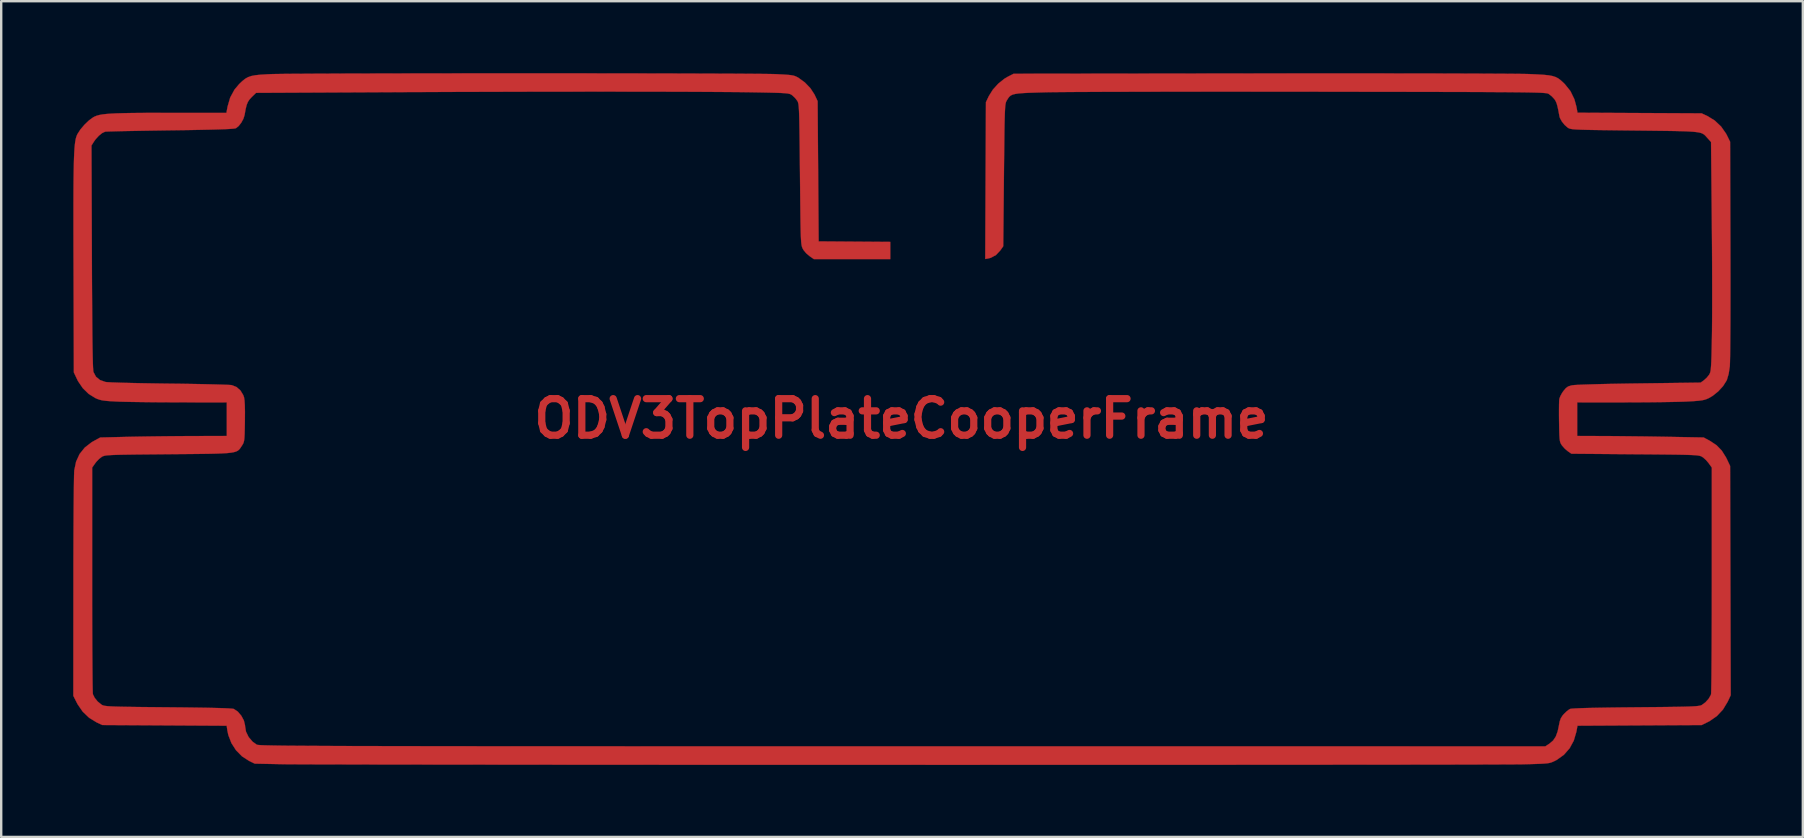
<source format=kicad_pcb>
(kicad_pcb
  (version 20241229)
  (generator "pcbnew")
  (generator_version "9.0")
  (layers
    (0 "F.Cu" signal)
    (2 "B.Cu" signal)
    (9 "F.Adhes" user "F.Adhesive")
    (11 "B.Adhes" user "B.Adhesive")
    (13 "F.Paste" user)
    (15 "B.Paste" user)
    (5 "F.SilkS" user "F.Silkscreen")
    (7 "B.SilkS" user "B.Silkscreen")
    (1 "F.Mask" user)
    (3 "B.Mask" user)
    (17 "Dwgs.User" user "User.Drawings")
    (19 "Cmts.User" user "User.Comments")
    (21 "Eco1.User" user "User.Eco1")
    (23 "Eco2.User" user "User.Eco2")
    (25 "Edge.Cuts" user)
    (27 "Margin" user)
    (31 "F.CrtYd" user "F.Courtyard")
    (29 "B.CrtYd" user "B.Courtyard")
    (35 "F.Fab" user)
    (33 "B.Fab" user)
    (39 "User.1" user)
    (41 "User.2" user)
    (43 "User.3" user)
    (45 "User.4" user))
  (footprint "ODV3TopPlateCooperFrame"
    (layer "F.Cu")
    (at 34.507 14.393)
    (property "Reference" "ODV3TopPlateCooperFrame" (at 0 0 0) (layer "F.Cu") (effects (font (size 1.524 1.524) (thickness 0.3))))
    (attr through_hole)
    (fp_poly (pts (xy -14.87 -14.388) (xy -14.036 -14.387) (xy -13.212 -14.387) (xy -12.402 -14.386) (xy -11.612 -14.385) (xy -10.845 -14.384) (xy -10.106 -14.383) (xy -9.401 -14.381) (xy -8.734 -14.379) (xy -8.11 -14.377) (xy -7.532 -14.375) (xy -7.007 -14.373) (xy -6.539 -14.37) (xy -6.132 -14.367) (xy -5.791 -14.364) (xy -5.522 -14.361) (xy -5.327 -14.357) (xy -5.219 -14.354) (xy -4.952 -14.34) (xy -4.753 -14.327) (xy -4.609 -14.313) (xy -4.503 -14.294) (xy -4.421 -14.268) (xy -4.347 -14.233) (xy -4.291 -14.202) (xy -4.026 -14.009) (xy -3.795 -13.769) (xy -3.623 -13.506) (xy -3.606 -13.47) (xy -3.493 -13.229) (xy -3.45 -7.387) (xy -0.466 -7.365) (xy -0.466 -6.646) (xy -3.647 -6.646) (xy -3.834 -6.776) (xy -3.97 -6.892) (xy -4.083 -7.03) (xy -4.111 -7.079) (xy -4.128 -7.115) (xy -4.143 -7.154) (xy -4.156 -7.202) (xy -4.167 -7.266) (xy -4.177 -7.353) (xy -4.185 -7.467) (xy -4.192 -7.616) (xy -4.198 -7.805) (xy -4.203 -8.042) (xy -4.208 -8.331) (xy -4.212 -8.68) (xy -4.217 -9.095) (xy -4.222 -9.581) (xy -4.228 -10.145) (xy -4.228 -10.178) (xy -4.234 -10.747) (xy -4.239 -11.239) (xy -4.244 -11.657) (xy -4.249 -12.01) (xy -4.254 -12.303) (xy -4.259 -12.541) (xy -4.265 -12.732) (xy -4.272 -12.882) (xy -4.28 -12.996) (xy -4.289 -13.08) (xy -4.3 -13.141) (xy -4.313 -13.186) (xy -4.327 -13.219) (xy -4.337 -13.238) (xy -4.43 -13.359) (xy -4.544 -13.467) (xy -4.548 -13.47) (xy -4.587 -13.498) (xy -4.629 -13.52) (xy -4.684 -13.537) (xy -4.761 -13.551) (xy -4.871 -13.561) (xy -5.023 -13.57) (xy -5.226 -13.577) (xy -5.491 -13.584) (xy -5.826 -13.591) (xy -5.99 -13.594) (xy -6.338 -13.6) (xy -6.765 -13.606) (xy -7.269 -13.61) (xy -7.843 -13.614) (xy -8.484 -13.618) (xy -9.188 -13.621) (xy -9.949 -13.623) (xy -10.764 -13.624) (xy -11.627 -13.625) (xy -12.534 -13.626) (xy -13.481 -13.625) (xy -14.464 -13.624) (xy -15.477 -13.623) (xy -16.517 -13.62) (xy -17.578 -13.617) (xy -18.657 -13.614) (xy -19.749 -13.609) (xy -20.849 -13.605) (xy -21.138 -13.603) (xy -26.888 -13.575) (xy -27.07 -13.399) (xy -27.162 -13.299) (xy -27.23 -13.196) (xy -27.281 -13.069) (xy -27.323 -12.899) (xy -27.365 -12.665) (xy -27.366 -12.655) (xy -27.416 -12.496) (xy -27.505 -12.331) (xy -27.615 -12.191) (xy -27.725 -12.103) (xy -27.772 -12.091) (xy -27.864 -12.08) (xy -28.006 -12.07) (xy -28.203 -12.061) (xy -28.458 -12.052) (xy -28.778 -12.043) (xy -29.166 -12.035) (xy -29.627 -12.026) (xy -30.166 -12.018) (xy -30.459 -12.014) (xy -30.925 -12.007) (xy -31.367 -12) (xy -31.779 -11.993) (xy -32.151 -11.986) (xy -32.478 -11.98) (xy -32.751 -11.973) (xy -32.963 -11.967) (xy -33.106 -11.962) (xy -33.173 -11.958) (xy -33.175 -11.958) (xy -33.3 -11.9) (xy -33.44 -11.787) (xy -33.575 -11.639) (xy -33.641 -11.546) (xy -33.746 -11.38) (xy -33.729 -6.738) (xy -33.726 -5.943) (xy -33.722 -5.231) (xy -33.718 -4.597) (xy -33.714 -4.039) (xy -33.71 -3.554) (xy -33.705 -3.139) (xy -33.699 -2.791) (xy -33.693 -2.506) (xy -33.687 -2.283) (xy -33.68 -2.117) (xy -33.672 -2.007) (xy -33.664 -1.949) (xy -33.663 -1.945) (xy -33.558 -1.748) (xy -33.392 -1.61) (xy -33.166 -1.531) (xy -33.145 -1.527) (xy -33.06 -1.52) (xy -32.899 -1.511) (xy -32.67 -1.503) (xy -32.383 -1.494) (xy -32.044 -1.486) (xy -31.664 -1.478) (xy -31.249 -1.471) (xy -30.81 -1.464) (xy -30.501 -1.46) (xy -30.051 -1.455) (xy -29.621 -1.448) (xy -29.221 -1.441) (xy -28.857 -1.433) (xy -28.54 -1.425) (xy -28.276 -1.417) (xy -28.075 -1.41) (xy -27.944 -1.402) (xy -27.899 -1.397) (xy -27.705 -1.32) (xy -27.54 -1.176) (xy -27.422 -0.982) (xy -27.389 -0.887) (xy -27.371 -0.765) (xy -27.358 -0.566) (xy -27.352 -0.297) (xy -27.354 0.037) (xy -27.355 0.125) (xy -27.36 0.41) (xy -27.365 0.625) (xy -27.373 0.781) (xy -27.384 0.892) (xy -27.401 0.973) (xy -27.425 1.036) (xy -27.459 1.095) (xy -27.488 1.139) (xy -27.528 1.201) (xy -27.566 1.255) (xy -27.608 1.3) (xy -27.659 1.339) (xy -27.727 1.37) (xy -27.817 1.396) (xy -27.936 1.417) (xy -28.091 1.433) (xy -28.287 1.445) (xy -28.531 1.455) (xy -28.83 1.462) (xy -29.189 1.467) (xy -29.616 1.472) (xy -30.116 1.476) (xy -30.544 1.48) (xy -31.08 1.485) (xy -31.539 1.489) (xy -31.926 1.493) (xy -32.249 1.498) (xy -32.513 1.502) (xy -32.725 1.508) (xy -32.891 1.514) (xy -33.019 1.522) (xy -33.115 1.53) (xy -33.186 1.541) (xy -33.237 1.554) (xy -33.276 1.568) (xy -33.309 1.585) (xy -33.316 1.59) (xy -33.43 1.678) (xy -33.548 1.801) (xy -33.591 1.858) (xy -33.718 2.039) (xy -33.718 6.703) (xy -33.718 7.326) (xy -33.717 7.927) (xy -33.716 8.5) (xy -33.714 9.039) (xy -33.712 9.54) (xy -33.709 9.995) (xy -33.706 10.4) (xy -33.703 10.749) (xy -33.7 11.037) (xy -33.696 11.258) (xy -33.692 11.406) (xy -33.687 11.476) (xy -33.687 11.48) (xy -33.613 11.629) (xy -33.489 11.782) (xy -33.34 11.905) (xy -33.301 11.929) (xy -33.267 11.944) (xy -33.222 11.957) (xy -33.157 11.968) (xy -33.067 11.978) (xy -32.946 11.986) (xy -32.786 11.993) (xy -32.582 11.999) (xy -32.327 12.004) (xy -32.014 12.009) (xy -31.638 12.014) (xy -31.191 12.018) (xy -30.667 12.023) (xy -30.544 12.024) (xy -29.921 12.03) (xy -29.381 12.037) (xy -28.924 12.044) (xy -28.546 12.053) (xy -28.248 12.061) (xy -28.028 12.071) (xy -27.884 12.082) (xy -27.815 12.093) (xy -27.813 12.094) (xy -27.648 12.206) (xy -27.504 12.375) (xy -27.398 12.572) (xy -27.349 12.769) (xy -27.347 12.805) (xy -27.308 13.04) (xy -27.198 13.265) (xy -27.032 13.459) (xy -26.86 13.581) (xy -26.848 13.585) (xy -26.825 13.59) (xy -26.791 13.594) (xy -26.744 13.598) (xy -26.681 13.602) (xy -26.6 13.606) (xy -26.501 13.609) (xy -26.38 13.612) (xy -26.237 13.615) (xy -26.068 13.618) (xy -25.872 13.621) (xy -25.648 13.624) (xy -25.393 13.626) (xy -25.105 13.628) (xy -24.782 13.63) (xy -24.422 13.632) (xy -24.025 13.634) (xy -23.586 13.636) (xy -23.106 13.638) (xy -22.581 13.639) (xy -22.009 13.64) (xy -21.39 13.642) (xy -20.72 13.643) (xy -19.999 13.644) (xy -19.223 13.645) (xy -18.392 13.646) (xy -17.503 13.647) (xy -16.554 13.647) (xy -15.543 13.648) (xy -14.469 13.648) (xy -13.329 13.649) (xy -12.122 13.649) (xy -10.845 13.65) (xy -9.497 13.65) (xy -8.076 13.65) (xy -6.58 13.65) (xy -5.006 13.651) (xy -3.354 13.651) (xy -1.62 13.651) (xy 0.045 13.651) (xy 26.824 13.652) (xy 27 13.536) (xy 27.149 13.409) (xy 27.259 13.245) (xy 27.339 13.026) (xy 27.389 12.79) (xy 27.426 12.609) (xy 27.471 12.481) (xy 27.539 12.374) (xy 27.594 12.309) (xy 27.702 12.203) (xy 27.808 12.12) (xy 27.854 12.094) (xy 27.919 12.082) (xy 28.061 12.072) (xy 28.282 12.062) (xy 28.581 12.053) (xy 28.96 12.045) (xy 29.421 12.037) (xy 29.964 12.03) (xy 30.586 12.024) (xy 31.127 12.019) (xy 31.59 12.015) (xy 31.981 12.01) (xy 32.307 12.005) (xy 32.574 12) (xy 32.789 11.994) (xy 32.957 11.987) (xy 33.086 11.979) (xy 33.182 11.97) (xy 33.252 11.959) (xy 33.301 11.947) (xy 33.337 11.932) (xy 33.343 11.929) (xy 33.494 11.818) (xy 33.628 11.67) (xy 33.717 11.516) (xy 33.729 11.48) (xy 33.733 11.423) (xy 33.737 11.287) (xy 33.741 11.078) (xy 33.745 10.8) (xy 33.748 10.461) (xy 33.751 10.064) (xy 33.754 9.617) (xy 33.756 9.123) (xy 33.758 8.59) (xy 33.76 8.022) (xy 33.76 7.425) (xy 33.761 6.805) (xy 33.761 6.703) (xy 33.761 2.039) (xy 33.633 1.858) (xy 33.527 1.731) (xy 33.406 1.622) (xy 33.358 1.59) (xy 33.326 1.572) (xy 33.289 1.557) (xy 33.241 1.544) (xy 33.176 1.533) (xy 33.087 1.524) (xy 32.968 1.516) (xy 32.811 1.51) (xy 32.611 1.504) (xy 32.361 1.499) (xy 32.054 1.495) (xy 31.684 1.491) (xy 31.244 1.487) (xy 30.729 1.483) (xy 30.562 1.482) (xy 27.913 1.46) (xy 27.764 1.358) (xy 27.638 1.252) (xy 27.525 1.124) (xy 27.513 1.108) (xy 27.478 1.053) (xy 27.451 0.996) (xy 27.432 0.924) (xy 27.419 0.825) (xy 27.41 0.684) (xy 27.404 0.489) (xy 27.399 0.226) (xy 27.397 0.133) (xy 27.394 -0.132) (xy 27.394 -0.376) (xy 27.396 -0.584) (xy 27.401 -0.739) (xy 27.408 -0.826) (xy 27.409 -0.828) (xy 27.449 -0.939) (xy 27.525 -1.076) (xy 27.581 -1.156) (xy 27.681 -1.274) (xy 27.775 -1.342) (xy 27.901 -1.382) (xy 27.95 -1.392) (xy 28.034 -1.401) (xy 28.195 -1.41) (xy 28.425 -1.42) (xy 28.716 -1.429) (xy 29.062 -1.439) (xy 29.454 -1.448) (xy 29.885 -1.456) (xy 30.346 -1.464) (xy 30.734 -1.469) (xy 33.295 -1.503) (xy 33.43 -1.599) (xy 33.547 -1.704) (xy 33.646 -1.827) (xy 33.65 -1.834) (xy 33.674 -1.877) (xy 33.693 -1.927) (xy 33.709 -1.995) (xy 33.721 -2.089) (xy 33.731 -2.219) (xy 33.74 -2.394) (xy 33.748 -2.624) (xy 33.755 -2.918) (xy 33.763 -3.285) (xy 33.765 -3.368) (xy 33.769 -3.641) (xy 33.772 -3.988) (xy 33.775 -4.4) (xy 33.776 -4.865) (xy 33.776 -5.373) (xy 33.775 -5.914) (xy 33.773 -6.478) (xy 33.77 -7.054) (xy 33.766 -7.632) (xy 33.762 -8.144) (xy 33.729 -11.526) (xy 33.579 -11.692) (xy 33.529 -11.748) (xy 33.485 -11.796) (xy 33.44 -11.837) (xy 33.386 -11.871) (xy 33.319 -11.9) (xy 33.231 -11.923) (xy 33.115 -11.941) (xy 32.965 -11.956) (xy 32.776 -11.968) (xy 32.539 -11.977) (xy 32.249 -11.984) (xy 31.899 -11.99) (xy 31.482 -11.995) (xy 30.993 -12.001) (xy 30.547 -12.006) (xy 30.007 -12.012) (xy 29.545 -12.018) (xy 29.155 -12.023) (xy 28.83 -12.028) (xy 28.564 -12.033) (xy 28.35 -12.039) (xy 28.182 -12.046) (xy 28.053 -12.053) (xy 27.957 -12.062) (xy 27.887 -12.073) (xy 27.837 -12.085) (xy 27.801 -12.1) (xy 27.771 -12.117) (xy 27.757 -12.126) (xy 27.631 -12.236) (xy 27.516 -12.379) (xy 27.435 -12.523) (xy 27.414 -12.592) (xy 27.369 -12.835) (xy 27.331 -13.012) (xy 27.295 -13.138) (xy 27.255 -13.231) (xy 27.207 -13.307) (xy 27.198 -13.319) (xy 27.092 -13.432) (xy 26.973 -13.525) (xy 26.954 -13.536) (xy 26.935 -13.544) (xy 26.91 -13.552) (xy 26.873 -13.559) (xy 26.822 -13.565) (xy 26.754 -13.571) (xy 26.665 -13.577) (xy 26.553 -13.582) (xy 26.413 -13.586) (xy 26.243 -13.59) (xy 26.04 -13.594) (xy 25.799 -13.597) (xy 25.518 -13.6) (xy 25.194 -13.603) (xy 24.823 -13.605) (xy 24.403 -13.608) (xy 23.929 -13.61) (xy 23.399 -13.612) (xy 22.809 -13.613) (xy 22.156 -13.615) (xy 21.437 -13.616) (xy 20.648 -13.618) (xy 19.787 -13.619) (xy 18.85 -13.62) (xy 17.834 -13.622) (xy 17.103 -13.623) (xy 16.182 -13.624) (xy 15.273 -13.624) (xy 14.38 -13.625) (xy 13.509 -13.625) (xy 12.662 -13.625) (xy 11.845 -13.624) (xy 11.062 -13.623) (xy 10.317 -13.622) (xy 9.616 -13.62) (xy 8.962 -13.619) (xy 8.36 -13.617) (xy 7.814 -13.614) (xy 7.33 -13.612) (xy 6.91 -13.609) (xy 6.561 -13.606) (xy 6.286 -13.603) (xy 6.089 -13.6) (xy 6.042 -13.599) (xy 5.65 -13.588) (xy 5.334 -13.578) (xy 5.083 -13.566) (xy 4.889 -13.551) (xy 4.743 -13.53) (xy 4.636 -13.503) (xy 4.557 -13.466) (xy 4.498 -13.418) (xy 4.449 -13.356) (xy 4.402 -13.28) (xy 4.382 -13.246) (xy 4.366 -13.216) (xy 4.352 -13.18) (xy 4.34 -13.132) (xy 4.329 -13.067) (xy 4.32 -12.977) (xy 4.313 -12.857) (xy 4.306 -12.701) (xy 4.3 -12.503) (xy 4.294 -12.256) (xy 4.289 -11.954) (xy 4.285 -11.592) (xy 4.28 -11.163) (xy 4.274 -10.661) (xy 4.269 -10.143) (xy 4.24 -7.183) (xy 4.12 -7.012) (xy 3.939 -6.819) (xy 3.722 -6.702) (xy 3.618 -6.676) (xy 3.49 -6.652) (xy 3.504 -9.92) (xy 3.519 -13.187) (xy 3.641 -13.442) (xy 3.807 -13.708) (xy 4.032 -13.957) (xy 4.29 -14.164) (xy 4.438 -14.251) (xy 4.678 -14.372) (xy 14.944 -14.384) (xy 15.883 -14.384) (xy 16.807 -14.385) (xy 17.712 -14.385) (xy 18.592 -14.385) (xy 19.445 -14.385) (xy 20.267 -14.384) (xy 21.052 -14.383) (xy 21.798 -14.382) (xy 22.499 -14.381) (xy 23.152 -14.379) (xy 23.753 -14.377) (xy 24.297 -14.375) (xy 24.781 -14.372) (xy 25.201 -14.37) (xy 25.551 -14.367) (xy 25.829 -14.364) (xy 26.031 -14.361) (xy 26.143 -14.358) (xy 26.483 -14.343) (xy 26.75 -14.327) (xy 26.959 -14.306) (xy 27.122 -14.276) (xy 27.253 -14.234) (xy 27.363 -14.177) (xy 27.466 -14.1) (xy 27.575 -13.999) (xy 27.635 -13.941) (xy 27.871 -13.648) (xy 28.036 -13.307) (xy 28.119 -13.001) (xy 28.166 -12.747) (xy 30.752 -12.734) (xy 33.337 -12.721) (xy 33.58 -12.608) (xy 33.884 -12.421) (xy 34.149 -12.17) (xy 34.355 -11.875) (xy 34.386 -11.816) (xy 34.523 -11.538) (xy 34.536 -7.049) (xy 34.537 -6.408) (xy 34.538 -5.789) (xy 34.538 -5.2) (xy 34.537 -4.645) (xy 34.536 -4.132) (xy 34.533 -3.664) (xy 34.53 -3.249) (xy 34.527 -2.892) (xy 34.523 -2.599) (xy 34.518 -2.375) (xy 34.513 -2.227) (xy 34.51 -2.174) (xy 34.463 -1.866) (xy 34.393 -1.628) (xy 34.372 -1.581) (xy 34.228 -1.355) (xy 34.027 -1.136) (xy 33.796 -0.951) (xy 33.654 -0.867) (xy 33.559 -0.823) (xy 33.465 -0.79) (xy 33.355 -0.766) (xy 33.212 -0.747) (xy 33.017 -0.732) (xy 32.77 -0.717) (xy 32.587 -0.709) (xy 32.332 -0.702) (xy 32.017 -0.696) (xy 31.655 -0.69) (xy 31.258 -0.685) (xy 30.838 -0.682) (xy 30.408 -0.68) (xy 30.131 -0.679) (xy 28.152 -0.677) (xy 28.152 0.72) (xy 29.305 0.724) (xy 29.648 0.726) (xy 30.053 0.73) (xy 30.498 0.735) (xy 30.959 0.74) (xy 31.414 0.747) (xy 31.84 0.754) (xy 31.941 0.756) (xy 33.422 0.783) (xy 33.688 0.927) (xy 33.958 1.106) (xy 34.173 1.327) (xy 34.35 1.608) (xy 34.39 1.688) (xy 34.523 1.968) (xy 34.536 6.745) (xy 34.548 11.522) (xy 34.422 11.793) (xy 34.227 12.116) (xy 33.973 12.389) (xy 33.672 12.598) (xy 33.618 12.626) (xy 33.339 12.764) (xy 30.752 12.778) (xy 28.165 12.792) (xy 28.117 13.05) (xy 28.01 13.413) (xy 27.835 13.734) (xy 27.598 14.004) (xy 27.305 14.214) (xy 27.23 14.253) (xy 27.154 14.289) (xy 27.085 14.318) (xy 27.01 14.34) (xy 26.919 14.356) (xy 26.798 14.368) (xy 26.637 14.377) (xy 26.423 14.385) (xy 26.145 14.393) (xy 25.908 14.399) (xy 25.799 14.401) (xy 25.609 14.402) (xy 25.339 14.404) (xy 24.994 14.405) (xy 24.575 14.407) (xy 24.087 14.408) (xy 23.531 14.409) (xy 22.911 14.411) (xy 22.229 14.412) (xy 21.489 14.413) (xy 20.694 14.414) (xy 19.846 14.415) (xy 18.948 14.416) (xy 18.003 14.416) (xy 17.014 14.417) (xy 15.985 14.418) (xy 14.917 14.418) (xy 13.814 14.419) (xy 12.678 14.42) (xy 11.514 14.42) (xy 10.322 14.42) (xy 9.107 14.421) (xy 7.872 14.421) (xy 6.619 14.421) (xy 5.351 14.421) (xy 4.071 14.421) (xy 2.782 14.422) (xy 1.486 14.422) (xy 0.188 14.421) (xy -1.111 14.421) (xy -2.407 14.421) (xy -3.697 14.421) (xy -4.979 14.421) (xy -6.25 14.42) (xy -7.507 14.42) (xy -8.746 14.419) (xy -9.965 14.419) (xy -11.162 14.418) (xy -12.332 14.418) (xy -13.474 14.417) (xy -14.584 14.416) (xy -15.659 14.415) (xy -16.697 14.414) (xy -17.694 14.413) (xy -18.648 14.412) (xy -19.556 14.411) (xy -20.415 14.41) (xy -21.221 14.409) (xy -21.973 14.408) (xy -22.666 14.407) (xy -23.299 14.405) (xy -23.869 14.404) (xy -24.371 14.403) (xy -24.804 14.401) (xy -25.165 14.4) (xy -25.45 14.398) (xy -25.657 14.397) (xy -25.781 14.395) (xy -26.945 14.372) (xy -27.186 14.254) (xy -27.476 14.066) (xy -27.723 13.815) (xy -27.916 13.515) (xy -28.045 13.18) (xy -28.085 12.99) (xy -28.113 12.793) (xy -30.704 12.778) (xy -33.295 12.763) (xy -33.537 12.65) (xy -33.846 12.46) (xy -34.113 12.204) (xy -34.325 11.896) (xy -34.353 11.842) (xy -34.502 11.546) (xy -34.499 7.011) (xy -34.499 6.391) (xy -34.498 5.791) (xy -34.496 5.215) (xy -34.494 4.67) (xy -34.491 4.163) (xy -34.488 3.698) (xy -34.484 3.282) (xy -34.48 2.922) (xy -34.476 2.622) (xy -34.472 2.39) (xy -34.467 2.231) (xy -34.463 2.153) (xy -34.387 1.789) (xy -34.241 1.472) (xy -34.024 1.202) (xy -33.738 0.981) (xy -33.647 0.929) (xy -33.38 0.784) (xy -32.216 0.756) (xy -31.868 0.749) (xy -31.459 0.742) (xy -31.011 0.736) (xy -30.548 0.731) (xy -30.092 0.727) (xy -29.667 0.724) (xy -29.58 0.724) (xy -28.109 0.72) (xy -28.109 -0.677) (xy -30.088 -0.68) (xy -30.517 -0.682) (xy -30.943 -0.684) (xy -31.353 -0.688) (xy -31.736 -0.693) (xy -32.079 -0.698) (xy -32.369 -0.704) (xy -32.595 -0.71) (xy -32.703 -0.715) (xy -32.959 -0.729) (xy -33.15 -0.744) (xy -33.293 -0.763) (xy -33.407 -0.79) (xy -33.51 -0.826) (xy -33.579 -0.856) (xy -33.861 -1.03) (xy -34.108 -1.271) (xy -34.307 -1.564) (xy -34.346 -1.643) (xy -34.48 -1.926) (xy -34.493 -6.325) (xy -34.496 -7.103) (xy -34.497 -7.802) (xy -34.497 -8.425) (xy -34.497 -8.977) (xy -34.495 -9.464) (xy -34.492 -9.889) (xy -34.487 -10.257) (xy -34.481 -10.574) (xy -34.474 -10.843) (xy -34.464 -11.069) (xy -34.453 -11.257) (xy -34.439 -11.412) (xy -34.423 -11.538) (xy -34.405 -11.641) (xy -34.384 -11.723) (xy -34.36 -11.791) (xy -34.334 -11.85) (xy -34.333 -11.852) (xy -34.21 -12.044) (xy -34.04 -12.245) (xy -33.851 -12.426) (xy -33.672 -12.557) (xy -33.601 -12.593) (xy -33.518 -12.625) (xy -33.418 -12.652) (xy -33.293 -12.675) (xy -33.137 -12.693) (xy -32.944 -12.708) (xy -32.707 -12.72) (xy -32.42 -12.728) (xy -32.076 -12.735) (xy -31.668 -12.739) (xy -31.191 -12.741) (xy -30.638 -12.742) (xy -30.456 -12.742) (xy -28.124 -12.742) (xy -28.077 -12.998) (xy -27.967 -13.378) (xy -27.788 -13.709) (xy -27.593 -13.941) (xy -27.463 -14.064) (xy -27.347 -14.158) (xy -27.228 -14.226) (xy -27.091 -14.275) (xy -26.922 -14.308) (xy -26.704 -14.331) (xy -26.422 -14.348) (xy -26.292 -14.354) (xy -26.169 -14.358) (xy -25.966 -14.361) (xy -25.687 -14.365) (xy -25.339 -14.368) (xy -24.925 -14.37) (xy -24.449 -14.373) (xy -23.918 -14.375) (xy -23.335 -14.378) (xy -22.706 -14.38) (xy -22.034 -14.381) (xy -21.325 -14.383) (xy -20.583 -14.384) (xy -19.813 -14.385) (xy -19.02 -14.386) (xy -18.208 -14.387) (xy -17.383 -14.388) (xy -16.548 -14.388) (xy -15.709 -14.388) (xy -14.87 -14.388)) (stroke (width 0.01) (type solid)) (fill yes) (layer "F.Cu")))
  (gr_rect
    (start -3 -3)
    (end 72.06 31.819)
    (stroke (width 0.1) (type default))
    (fill no)
    (layer "Edge.Cuts")))
</source>
